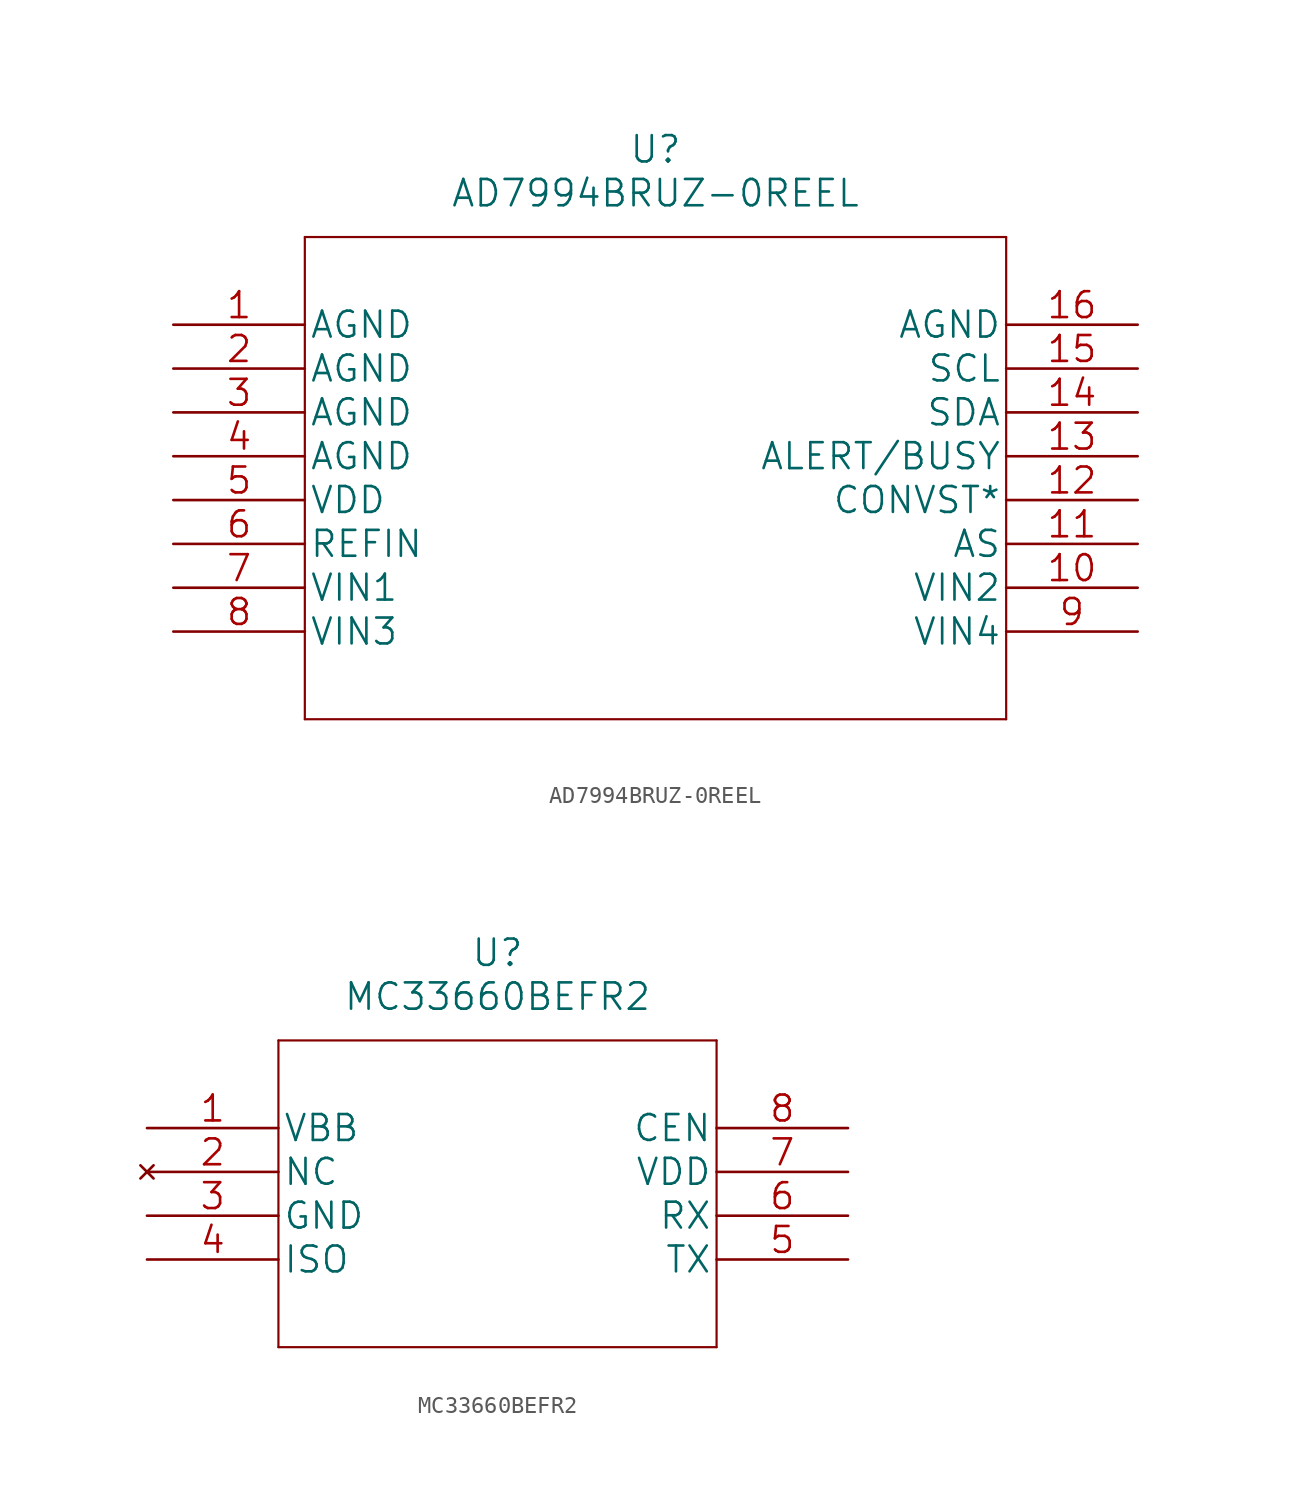
<source format=kicad_sym>
(kicad_symbol_lib
  (version 20211014)
  (generator kicad_symbol_editor)
  (symbol "AD7994BRUZ-0REEL"
    (pin_names
      (offset 0.254))
    (property "Reference" "U"
      (at 27.94 10.16 0)
      (effects (font (size 1.524 1.524))))
    (property "Value" "AD7994BRUZ-0REEL"
      (at 27.94 7.62 0)
      (effects (font (size 1.524 1.524))))
    (property "Datasheet" ""
      (at 0 0 0)
      (effects (font (size 1.524 1.524))))
    (property "ki_locked" ""
      (at 0 0 0)
      (effects (font (size 1.27 1.27))))
    (symbol "AD7994BRUZ-0REEL_1_1"
      (polyline (pts (xy 7.62 -22.86) (xy 48.26 -22.86)) (stroke (width 0.127) (type default) (color 0 0 0 0)) (fill (type none)))
      (polyline (pts (xy 7.62 5.08) (xy 7.62 -22.86)) (stroke (width 0.127) (type default) (color 0 0 0 0)) (fill (type none)))
      (polyline (pts (xy 48.26 -22.86) (xy 48.26 5.08)) (stroke (width 0.127) (type default) (color 0 0 0 0)) (fill (type none)))
      (polyline (pts (xy 48.26 5.08) (xy 7.62 5.08)) (stroke (width 0.127) (type default) (color 0 0 0 0)) (fill (type none)))
      (pin unspecified line (at 0 0 0) (length 7.62) (name "AGND" (effects (font (size 1.499 1.499)))) (number "1" (effects (font (size 1.499 1.499)))))
      (pin unspecified line (at 55.88 -15.24 180) (length 7.62) (name "VIN2" (effects (font (size 1.499 1.499)))) (number "10" (effects (font (size 1.499 1.499)))))
      (pin unspecified line (at 55.88 -12.7 180) (length 7.62) (name "AS" (effects (font (size 1.499 1.499)))) (number "11" (effects (font (size 1.499 1.499)))))
      (pin unspecified line (at 55.88 -10.16 180) (length 7.62) (name "CONVST*" (effects (font (size 1.499 1.499)))) (number "12" (effects (font (size 1.499 1.499)))))
      (pin unspecified line (at 55.88 -7.62 180) (length 7.62) (name "ALERT/BUSY" (effects (font (size 1.499 1.499)))) (number "13" (effects (font (size 1.499 1.499)))))
      (pin unspecified line (at 55.88 -5.08 180) (length 7.62) (name "SDA" (effects (font (size 1.499 1.499)))) (number "14" (effects (font (size 1.499 1.499)))))
      (pin unspecified line (at 55.88 -2.54 180) (length 7.62) (name "SCL" (effects (font (size 1.499 1.499)))) (number "15" (effects (font (size 1.499 1.499)))))
      (pin unspecified line (at 55.88 0 180) (length 7.62) (name "AGND" (effects (font (size 1.499 1.499)))) (number "16" (effects (font (size 1.499 1.499)))))
      (pin unspecified line (at 0 -2.54 0) (length 7.62) (name "AGND" (effects (font (size 1.499 1.499)))) (number "2" (effects (font (size 1.499 1.499)))))
      (pin unspecified line (at 0 -5.08 0) (length 7.62) (name "AGND" (effects (font (size 1.499 1.499)))) (number "3" (effects (font (size 1.499 1.499)))))
      (pin unspecified line (at 0 -7.62 0) (length 7.62) (name "AGND" (effects (font (size 1.499 1.499)))) (number "4" (effects (font (size 1.499 1.499)))))
      (pin power_in line (at 0 -10.16 0) (length 7.62) (name "VDD" (effects (font (size 1.499 1.499)))) (number "5" (effects (font (size 1.499 1.499)))))
      (pin unspecified line (at 0 -12.7 0) (length 7.62) (name "REFIN" (effects (font (size 1.499 1.499)))) (number "6" (effects (font (size 1.499 1.499)))))
      (pin unspecified line (at 0 -15.24 0) (length 7.62) (name "VIN1" (effects (font (size 1.499 1.499)))) (number "7" (effects (font (size 1.499 1.499)))))
      (pin unspecified line (at 0 -17.78 0) (length 7.62) (name "VIN3" (effects (font (size 1.499 1.499)))) (number "8" (effects (font (size 1.499 1.499)))))
      (pin unspecified line (at 55.88 -17.78 180) (length 7.62) (name "VIN4" (effects (font (size 1.499 1.499)))) (number "9" (effects (font (size 1.499 1.499)))))))
  (symbol "MC33660BEFR2"
    (pin_names
      (offset 0.254))
    (property "Reference" "U"
      (at 20.32 10.16 0)
      (effects (font (size 1.524 1.524))))
    (property "Value" "MC33660BEFR2"
      (at 20.32 7.62 0)
      (effects (font (size 1.524 1.524))))
    (property "Datasheet" ""
      (at 0 0 0)
      (effects (font (size 1.524 1.524))))
    (property "ki_locked" ""
      (at 0 0 0)
      (effects (font (size 1.27 1.27))))
    (symbol "MC33660BEFR2_1_1"
      (polyline (pts (xy 7.62 -12.7) (xy 33.02 -12.7)) (stroke (width 0.127) (type default) (color 0 0 0 0)) (fill (type none)))
      (polyline (pts (xy 7.62 5.08) (xy 7.62 -12.7)) (stroke (width 0.127) (type default) (color 0 0 0 0)) (fill (type none)))
      (polyline (pts (xy 33.02 -12.7) (xy 33.02 5.08)) (stroke (width 0.127) (type default) (color 0 0 0 0)) (fill (type none)))
      (polyline (pts (xy 33.02 5.08) (xy 7.62 5.08)) (stroke (width 0.127) (type default) (color 0 0 0 0)) (fill (type none)))
      (pin power_in line (at 0 0 0) (length 7.62) (name "VBB" (effects (font (size 1.499 1.499)))) (number "1" (effects (font (size 1.499 1.499)))))
      (pin no_connect line (at 0 -2.54 0) (length 7.62) (name "NC" (effects (font (size 1.499 1.499)))) (number "2" (effects (font (size 1.499 1.499)))))
      (pin power_in line (at 0 -5.08 0) (length 7.62) (name "GND" (effects (font (size 1.499 1.499)))) (number "3" (effects (font (size 1.499 1.499)))))
      (pin bidirectional line (at 0 -7.62 0) (length 7.62) (name "ISO" (effects (font (size 1.499 1.499)))) (number "4" (effects (font (size 1.499 1.499)))))
      (pin input line (at 40.64 -7.62 180) (length 7.62) (name "TX" (effects (font (size 1.499 1.499)))) (number "5" (effects (font (size 1.499 1.499)))))
      (pin output line (at 40.64 -5.08 180) (length 7.62) (name "RX" (effects (font (size 1.499 1.499)))) (number "6" (effects (font (size 1.499 1.499)))))
      (pin power_in line (at 40.64 -2.54 180) (length 7.62) (name "VDD" (effects (font (size 1.499 1.499)))) (number "7" (effects (font (size 1.499 1.499)))))
      (pin input line (at 40.64 0 180) (length 7.62) (name "CEN" (effects (font (size 1.499 1.499)))) (number "8" (effects (font (size 1.499 1.499))))))))
</source>
